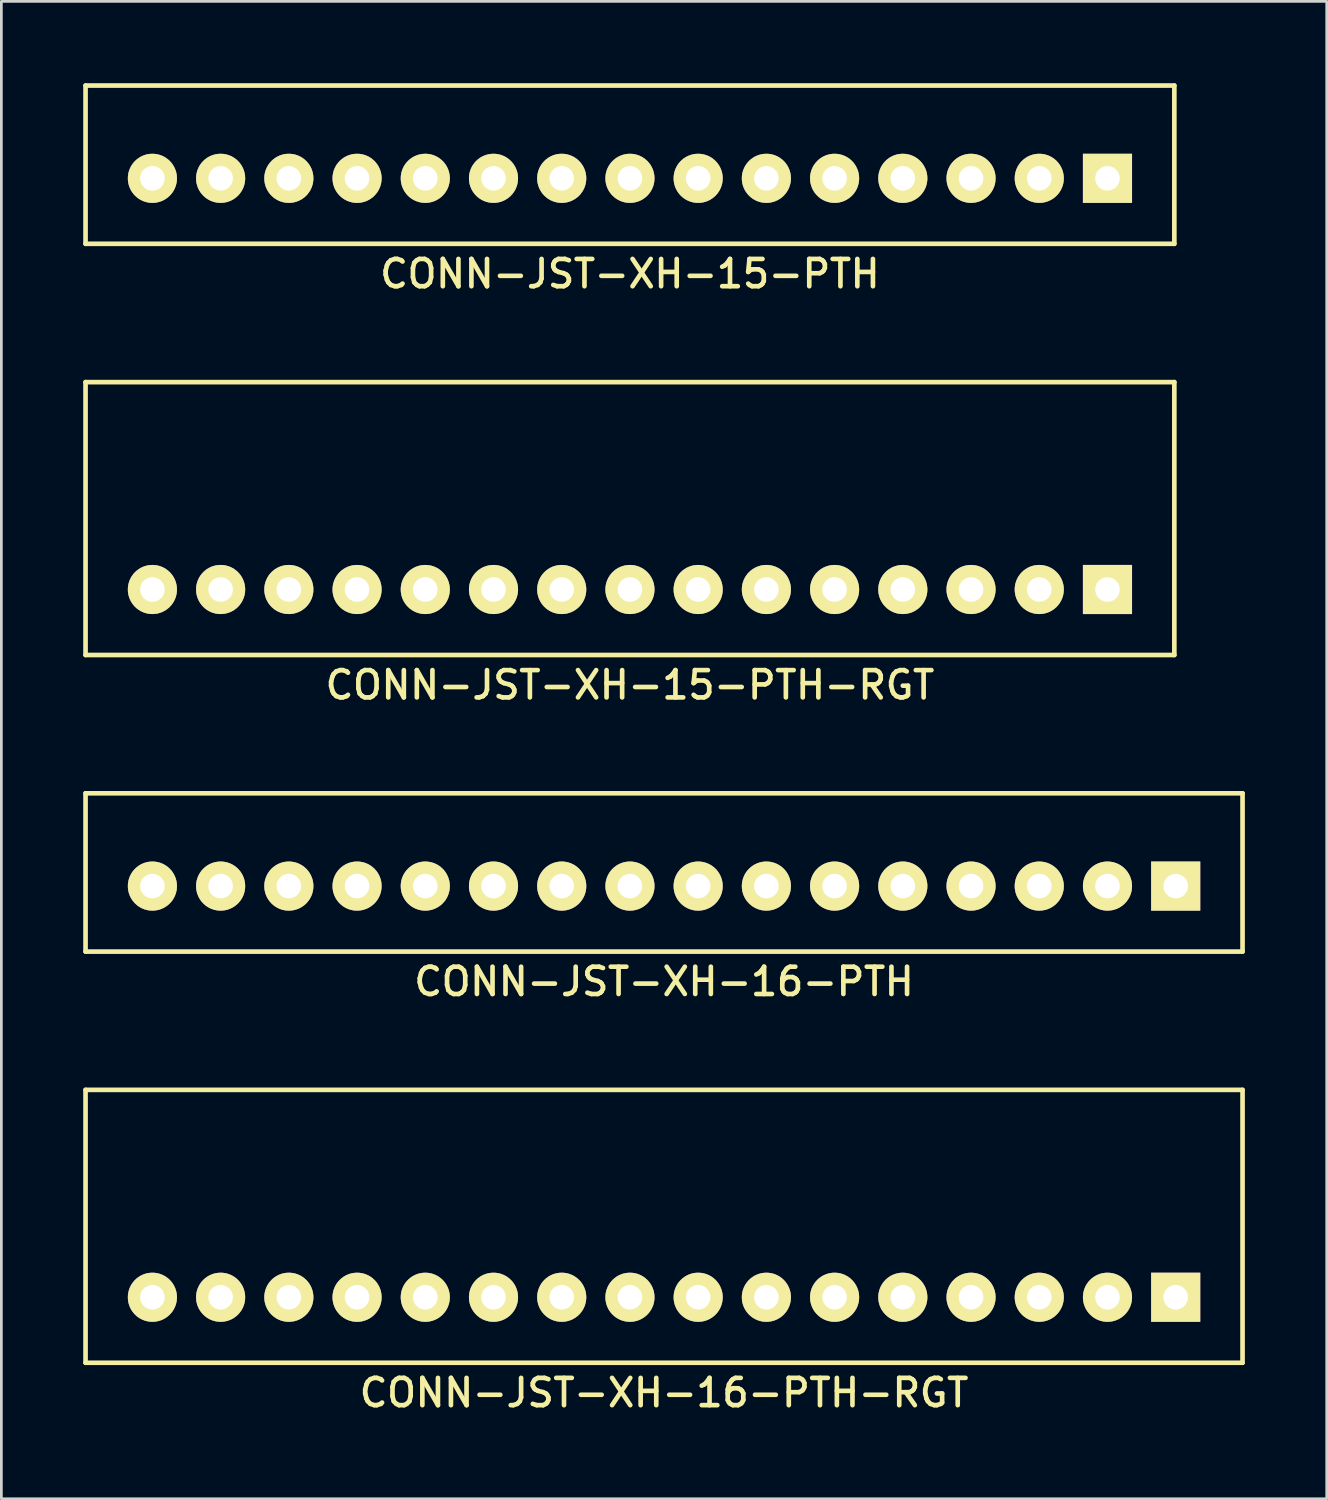
<source format=kicad_pcb>
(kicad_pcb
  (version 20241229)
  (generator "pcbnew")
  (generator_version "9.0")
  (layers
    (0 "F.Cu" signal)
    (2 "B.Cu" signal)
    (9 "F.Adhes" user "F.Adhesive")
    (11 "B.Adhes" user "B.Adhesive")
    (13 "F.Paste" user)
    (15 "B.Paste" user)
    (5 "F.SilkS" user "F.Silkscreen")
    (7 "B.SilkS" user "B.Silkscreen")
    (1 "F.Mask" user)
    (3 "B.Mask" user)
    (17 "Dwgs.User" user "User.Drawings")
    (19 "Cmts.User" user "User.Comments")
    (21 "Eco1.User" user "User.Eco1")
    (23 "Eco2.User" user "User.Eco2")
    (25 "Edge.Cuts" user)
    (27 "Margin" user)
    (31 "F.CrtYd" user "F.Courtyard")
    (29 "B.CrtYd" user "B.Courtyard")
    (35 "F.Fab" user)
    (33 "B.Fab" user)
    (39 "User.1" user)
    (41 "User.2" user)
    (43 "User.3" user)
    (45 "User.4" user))
  (footprint "CONN-JST-XH-16-PTH-RGT"
    (layer "F.Cu")
    (at 21.285 44.49)
    (property "Reference" "CONN-JST-XH-16-PTH-RGT" (at 0 3.5 0) (layer "F.SilkS") (effects (font (size 1 1) (thickness 0.17))))
    (attr through_hole)
    (fp_line (start -21.2 -7.6) (end 21.2 -7.6) (stroke (width 0.17) (type solid)) (layer "F.SilkS"))
    (fp_line (start -21.2 2.4) (end -21.2 -7.6) (stroke (width 0.17) (type solid)) (layer "F.SilkS"))
    (fp_line (start -21.2 2.4) (end 21.2 2.4) (stroke (width 0.17) (type solid)) (layer "F.SilkS"))
    (fp_line (start 21.2 2.4) (end 21.2 -7.6) (stroke (width 0.17) (type solid)) (layer "F.SilkS"))
    (pad "1" thru_hole rect (at 18.75 0) (size 1.8 1.8) (drill 0.9) (layers "*.Cu" "*.Mask" "F.SilkS"))
    (pad "2" thru_hole circle (at 16.25 0) (size 1.8 1.8) (drill 0.9) (layers "*.Cu" "*.Mask" "F.SilkS"))
    (pad "3" thru_hole circle (at 13.75 0) (size 1.8 1.8) (drill 0.9) (layers "*.Cu" "*.Mask" "F.SilkS"))
    (pad "4" thru_hole circle (at 11.25 0) (size 1.8 1.8) (drill 0.9) (layers "*.Cu" "*.Mask" "F.SilkS"))
    (pad "5" thru_hole circle (at 8.75 0) (size 1.8 1.8) (drill 0.9) (layers "*.Cu" "*.Mask" "F.SilkS"))
    (pad "6" thru_hole circle (at 6.25 0) (size 1.8 1.8) (drill 0.9) (layers "*.Cu" "*.Mask" "F.SilkS"))
    (pad "7" thru_hole circle (at 3.75 0) (size 1.8 1.8) (drill 0.9) (layers "*.Cu" "*.Mask" "F.SilkS"))
    (pad "8" thru_hole circle (at 1.25 0) (size 1.8 1.8) (drill 0.9) (layers "*.Cu" "*.Mask" "F.SilkS"))
    (pad "9" thru_hole circle (at -1.25 0) (size 1.8 1.8) (drill 0.9) (layers "*.Cu" "*.Mask" "F.SilkS"))
    (pad "10" thru_hole circle (at -3.75 0) (size 1.8 1.8) (drill 0.9) (layers "*.Cu" "*.Mask" "F.SilkS"))
    (pad "11" thru_hole circle (at -6.25 0) (size 1.8 1.8) (drill 0.9) (layers "*.Cu" "*.Mask" "F.SilkS"))
    (pad "12" thru_hole circle (at -8.75 0) (size 1.8 1.8) (drill 0.9) (layers "*.Cu" "*.Mask" "F.SilkS"))
    (pad "13" thru_hole circle (at -11.25 0) (size 1.8 1.8) (drill 0.9) (layers "*.Cu" "*.Mask" "F.SilkS"))
    (pad "14" thru_hole circle (at -13.75 0) (size 1.8 1.8) (drill 0.9) (layers "*.Cu" "*.Mask" "F.SilkS"))
    (pad "15" thru_hole circle (at -16.25 0) (size 1.8 1.8) (drill 0.9) (layers "*.Cu" "*.Mask" "F.SilkS"))
    (pad "16" thru_hole circle (at -18.75 0) (size 1.8 1.8) (drill 0.9) (layers "*.Cu" "*.Mask" "F.SilkS")))
  (footprint "CONN-JST-XH-16-PTH"
    (layer "F.Cu")
    (at 21.285 29.422)
    (property "Reference" "CONN-JST-XH-16-PTH" (at 0 3.5 0) (layer "F.SilkS") (effects (font (size 1 1) (thickness 0.17))))
    (attr through_hole)
    (fp_line (start -21.2 -3.4) (end 21.2 -3.4) (stroke (width 0.17) (type solid)) (layer "F.SilkS"))
    (fp_line (start -21.2 2.4) (end -21.2 -3.4) (stroke (width 0.17) (type solid)) (layer "F.SilkS"))
    (fp_line (start -21.2 2.4) (end 21.2 2.4) (stroke (width 0.17) (type solid)) (layer "F.SilkS"))
    (fp_line (start 21.2 2.4) (end 21.2 -3.4) (stroke (width 0.17) (type solid)) (layer "F.SilkS"))
    (pad "1" thru_hole rect (at 18.75 0) (size 1.8 1.8) (drill 0.9) (layers "*.Cu" "*.Mask" "F.SilkS"))
    (pad "2" thru_hole circle (at 16.25 0) (size 1.8 1.8) (drill 0.9) (layers "*.Cu" "*.Mask" "F.SilkS"))
    (pad "3" thru_hole circle (at 13.75 0) (size 1.8 1.8) (drill 0.9) (layers "*.Cu" "*.Mask" "F.SilkS"))
    (pad "4" thru_hole circle (at 11.25 0) (size 1.8 1.8) (drill 0.9) (layers "*.Cu" "*.Mask" "F.SilkS"))
    (pad "5" thru_hole circle (at 8.75 0) (size 1.8 1.8) (drill 0.9) (layers "*.Cu" "*.Mask" "F.SilkS"))
    (pad "6" thru_hole circle (at 6.25 0) (size 1.8 1.8) (drill 0.9) (layers "*.Cu" "*.Mask" "F.SilkS"))
    (pad "7" thru_hole circle (at 3.75 0) (size 1.8 1.8) (drill 0.9) (layers "*.Cu" "*.Mask" "F.SilkS"))
    (pad "8" thru_hole circle (at 1.25 0) (size 1.8 1.8) (drill 0.9) (layers "*.Cu" "*.Mask" "F.SilkS"))
    (pad "9" thru_hole circle (at -1.25 0) (size 1.8 1.8) (drill 0.9) (layers "*.Cu" "*.Mask" "F.SilkS"))
    (pad "10" thru_hole circle (at -3.75 0) (size 1.8 1.8) (drill 0.9) (layers "*.Cu" "*.Mask" "F.SilkS"))
    (pad "11" thru_hole circle (at -6.25 0) (size 1.8 1.8) (drill 0.9) (layers "*.Cu" "*.Mask" "F.SilkS"))
    (pad "12" thru_hole circle (at -8.75 0) (size 1.8 1.8) (drill 0.9) (layers "*.Cu" "*.Mask" "F.SilkS"))
    (pad "13" thru_hole circle (at -11.25 0) (size 1.8 1.8) (drill 0.9) (layers "*.Cu" "*.Mask" "F.SilkS"))
    (pad "14" thru_hole circle (at -13.75 0) (size 1.8 1.8) (drill 0.9) (layers "*.Cu" "*.Mask" "F.SilkS"))
    (pad "15" thru_hole circle (at -16.25 0) (size 1.8 1.8) (drill 0.9) (layers "*.Cu" "*.Mask" "F.SilkS"))
    (pad "16" thru_hole circle (at -18.75 0) (size 1.8 1.8) (drill 0.9) (layers "*.Cu" "*.Mask" "F.SilkS")))
  (footprint "CONN-JST-XH-15-PTH-RGT"
    (layer "F.Cu")
    (at 20.035 18.553)
    (property "Reference" "CONN-JST-XH-15-PTH-RGT" (at 0 3.5 0) (layer "F.SilkS") (effects (font (size 1 1) (thickness 0.17))))
    (attr through_hole)
    (fp_line (start -19.95 -7.6) (end 19.95 -7.6) (stroke (width 0.17) (type solid)) (layer "F.SilkS"))
    (fp_line (start -19.95 2.4) (end -19.95 -7.6) (stroke (width 0.17) (type solid)) (layer "F.SilkS"))
    (fp_line (start -19.95 2.4) (end 19.95 2.4) (stroke (width 0.17) (type solid)) (layer "F.SilkS"))
    (fp_line (start 19.95 2.4) (end 19.95 -7.6) (stroke (width 0.17) (type solid)) (layer "F.SilkS"))
    (pad "1" thru_hole rect (at 17.5 0) (size 1.8 1.8) (drill 0.9) (layers "*.Cu" "*.Mask" "F.SilkS"))
    (pad "2" thru_hole circle (at 15 0) (size 1.8 1.8) (drill 0.9) (layers "*.Cu" "*.Mask" "F.SilkS"))
    (pad "3" thru_hole circle (at 12.5 0) (size 1.8 1.8) (drill 0.9) (layers "*.Cu" "*.Mask" "F.SilkS"))
    (pad "4" thru_hole circle (at 10 0) (size 1.8 1.8) (drill 0.9) (layers "*.Cu" "*.Mask" "F.SilkS"))
    (pad "5" thru_hole circle (at 7.5 0) (size 1.8 1.8) (drill 0.9) (layers "*.Cu" "*.Mask" "F.SilkS"))
    (pad "6" thru_hole circle (at 5 0) (size 1.8 1.8) (drill 0.9) (layers "*.Cu" "*.Mask" "F.SilkS"))
    (pad "7" thru_hole circle (at 2.5 0) (size 1.8 1.8) (drill 0.9) (layers "*.Cu" "*.Mask" "F.SilkS"))
    (pad "8" thru_hole circle (at 0 0) (size 1.8 1.8) (drill 0.9) (layers "*.Cu" "*.Mask" "F.SilkS"))
    (pad "9" thru_hole circle (at -2.5 0) (size 1.8 1.8) (drill 0.9) (layers "*.Cu" "*.Mask" "F.SilkS"))
    (pad "10" thru_hole circle (at -5 0) (size 1.8 1.8) (drill 0.9) (layers "*.Cu" "*.Mask" "F.SilkS"))
    (pad "11" thru_hole circle (at -7.5 0) (size 1.8 1.8) (drill 0.9) (layers "*.Cu" "*.Mask" "F.SilkS"))
    (pad "12" thru_hole circle (at -10 0) (size 1.8 1.8) (drill 0.9) (layers "*.Cu" "*.Mask" "F.SilkS"))
    (pad "13" thru_hole circle (at -12.5 0) (size 1.8 1.8) (drill 0.9) (layers "*.Cu" "*.Mask" "F.SilkS"))
    (pad "14" thru_hole circle (at -15 0) (size 1.8 1.8) (drill 0.9) (layers "*.Cu" "*.Mask" "F.SilkS"))
    (pad "15" thru_hole circle (at -17.5 0) (size 1.8 1.8) (drill 0.9) (layers "*.Cu" "*.Mask" "F.SilkS")))
  (footprint "CONN-JST-XH-15-PTH"
    (layer "F.Cu")
    (at 20.035 3.485)
    (property "Reference" "CONN-JST-XH-15-PTH" (at 0 3.5 0) (layer "F.SilkS") (effects (font (size 1 1) (thickness 0.17))))
    (attr through_hole)
    (fp_line (start -19.95 -3.4) (end 19.95 -3.4) (stroke (width 0.17) (type solid)) (layer "F.SilkS"))
    (fp_line (start -19.95 2.4) (end -19.95 -3.4) (stroke (width 0.17) (type solid)) (layer "F.SilkS"))
    (fp_line (start -19.95 2.4) (end 19.95 2.4) (stroke (width 0.17) (type solid)) (layer "F.SilkS"))
    (fp_line (start 19.95 2.4) (end 19.95 -3.4) (stroke (width 0.17) (type solid)) (layer "F.SilkS"))
    (pad "1" thru_hole rect (at 17.5 0) (size 1.8 1.8) (drill 0.9) (layers "*.Cu" "*.Mask" "F.SilkS"))
    (pad "2" thru_hole circle (at 15 0) (size 1.8 1.8) (drill 0.9) (layers "*.Cu" "*.Mask" "F.SilkS"))
    (pad "3" thru_hole circle (at 12.5 0) (size 1.8 1.8) (drill 0.9) (layers "*.Cu" "*.Mask" "F.SilkS"))
    (pad "4" thru_hole circle (at 10 0) (size 1.8 1.8) (drill 0.9) (layers "*.Cu" "*.Mask" "F.SilkS"))
    (pad "5" thru_hole circle (at 7.5 0) (size 1.8 1.8) (drill 0.9) (layers "*.Cu" "*.Mask" "F.SilkS"))
    (pad "6" thru_hole circle (at 5 0) (size 1.8 1.8) (drill 0.9) (layers "*.Cu" "*.Mask" "F.SilkS"))
    (pad "7" thru_hole circle (at 2.5 0) (size 1.8 1.8) (drill 0.9) (layers "*.Cu" "*.Mask" "F.SilkS"))
    (pad "8" thru_hole circle (at 0 0) (size 1.8 1.8) (drill 0.9) (layers "*.Cu" "*.Mask" "F.SilkS"))
    (pad "9" thru_hole circle (at -2.5 0) (size 1.8 1.8) (drill 0.9) (layers "*.Cu" "*.Mask" "F.SilkS"))
    (pad "10" thru_hole circle (at -5 0) (size 1.8 1.8) (drill 0.9) (layers "*.Cu" "*.Mask" "F.SilkS"))
    (pad "11" thru_hole circle (at -7.5 0) (size 1.8 1.8) (drill 0.9) (layers "*.Cu" "*.Mask" "F.SilkS"))
    (pad "12" thru_hole circle (at -10 0) (size 1.8 1.8) (drill 0.9) (layers "*.Cu" "*.Mask" "F.SilkS"))
    (pad "13" thru_hole circle (at -12.5 0) (size 1.8 1.8) (drill 0.9) (layers "*.Cu" "*.Mask" "F.SilkS"))
    (pad "14" thru_hole circle (at -15 0) (size 1.8 1.8) (drill 0.9) (layers "*.Cu" "*.Mask" "F.SilkS"))
    (pad "15" thru_hole circle (at -17.5 0) (size 1.8 1.8) (drill 0.9) (layers "*.Cu" "*.Mask" "F.SilkS")))
  (gr_rect
    (start -3 -3)
    (end 45.57 51.873)
    (stroke (width 0.1) (type default))
    (fill no)
    (layer "Edge.Cuts")))
</source>
